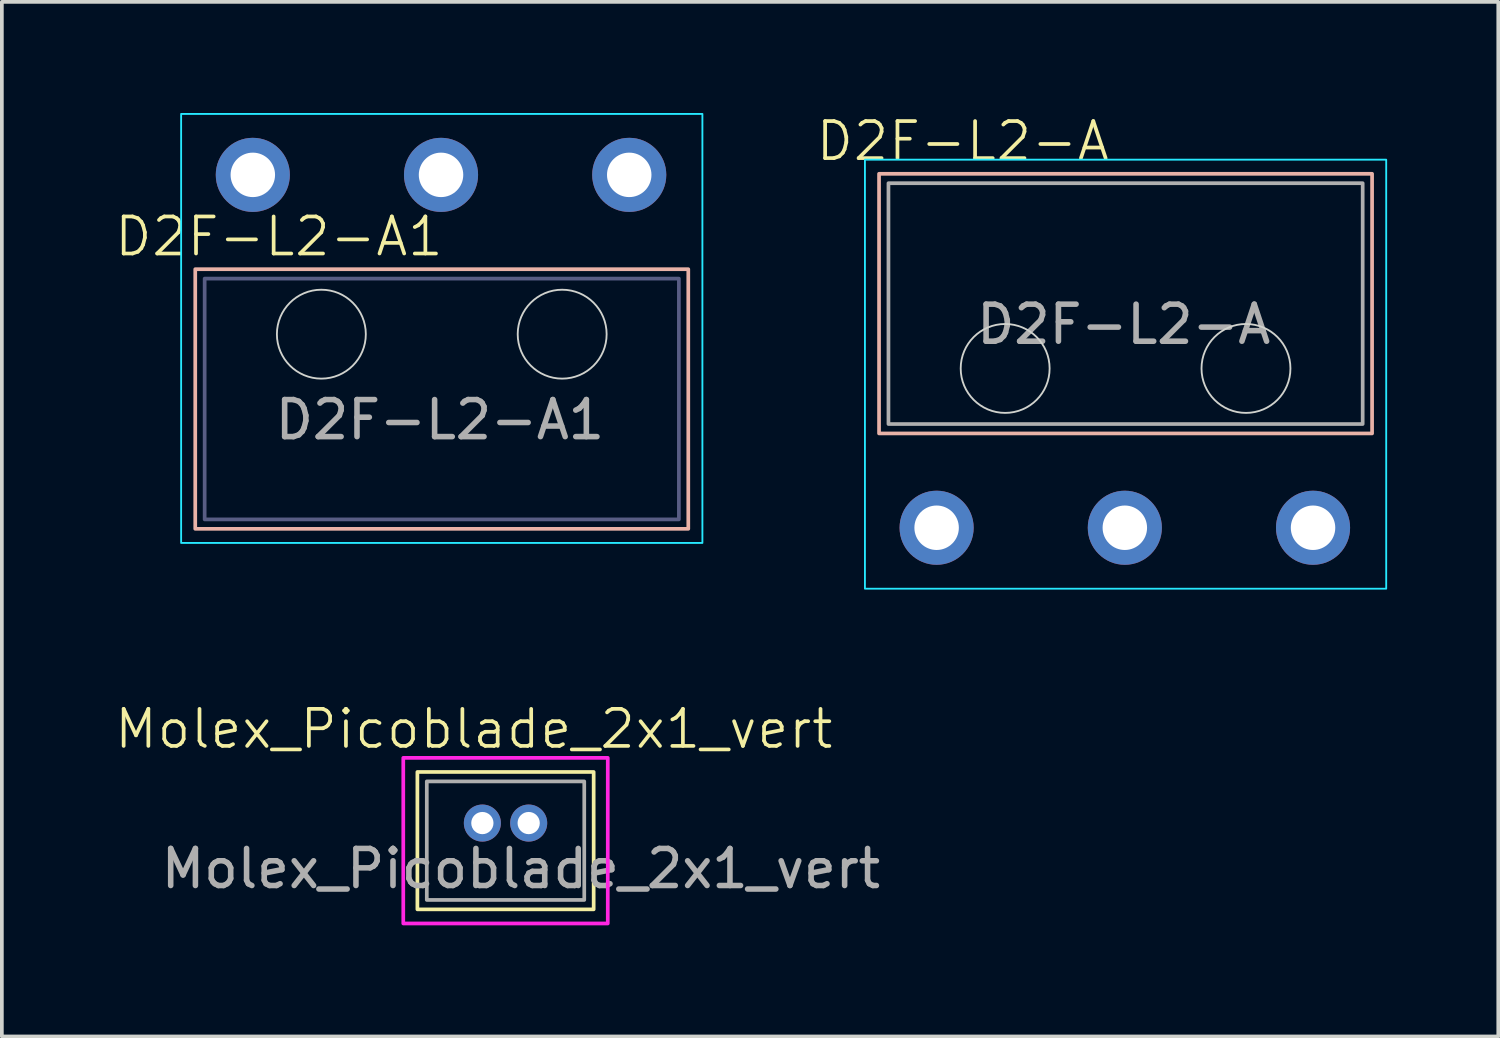
<source format=kicad_pcb>
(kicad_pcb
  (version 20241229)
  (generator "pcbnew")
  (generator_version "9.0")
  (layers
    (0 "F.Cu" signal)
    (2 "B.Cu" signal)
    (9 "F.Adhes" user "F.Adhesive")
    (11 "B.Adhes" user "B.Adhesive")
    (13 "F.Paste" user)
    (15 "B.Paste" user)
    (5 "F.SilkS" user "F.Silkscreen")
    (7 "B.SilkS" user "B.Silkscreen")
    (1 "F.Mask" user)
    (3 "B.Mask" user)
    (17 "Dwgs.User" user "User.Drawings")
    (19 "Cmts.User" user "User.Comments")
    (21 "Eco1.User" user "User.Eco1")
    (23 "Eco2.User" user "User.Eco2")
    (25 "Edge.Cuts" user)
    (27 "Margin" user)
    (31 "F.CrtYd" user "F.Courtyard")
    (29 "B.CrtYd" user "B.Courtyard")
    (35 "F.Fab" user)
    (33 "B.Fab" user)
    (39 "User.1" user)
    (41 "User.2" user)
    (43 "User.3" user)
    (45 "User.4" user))
  (footprint "D2F-L2-A1"
    (layer "F.Cu")
    (at 1.939 3.835)
    (property "Reference" "D2F-L2-A1" (at 2.54 -0.5 0) (unlocked yes) (layer "F.SilkS") (effects (font (size 1 1) (thickness 0.1))))
    (attr through_hole)
    (fp_rect (start 0.281 0.381) (end 13.589 7.389) (stroke (width 0.1) (type default)) (fill no) (layer "B.SilkS"))
    (fp_circle (center 3.685 2.135) (end 4.885 2.135) (stroke (width 0.05) (type default)) (fill no) (layer "Edge.Cuts"))
    (fp_circle (center 10.185 2.135) (end 11.385 2.135) (stroke (width 0.05) (type default)) (fill no) (layer "Edge.Cuts"))
    (fp_rect (start -0.1 -3.81) (end 13.97 7.77) (stroke (width 0.05) (type default)) (fill no) (layer "B.CrtYd"))
    (fp_rect (start 0.535 0.635) (end 13.335 7.135) (stroke (width 0.1) (type default)) (fill no) (layer "B.Fab"))
    (fp_text user "${REFERENCE}" (at 6.885 4.445 0) (unlocked yes) (layer "F.Fab") (effects (font (size 1 1) (thickness 0.15))))
    (pad "1" thru_hole circle (at 1.835 -2.165) (size 2 2) (drill 1.2) (layers "*.Cu" "*.Mask"))
    (pad "2" thru_hole circle (at 6.915 -2.165) (size 2 2) (drill 1.2) (layers "*.Cu" "*.Mask"))
    (pad "3" thru_hole circle (at 11.995 -2.165) (size 2 2) (drill 1.2) (layers "*.Cu" "*.Mask")))
  (footprint "Molex_Picoblade_2x1_vert"
    (layer "F.Cu")
    (at 8.47 17.896)
    (property "Reference" "Molex_Picoblade_2x1_vert" (at 1.27 -1.27 0) (unlocked yes) (layer "F.SilkS") (effects (font (size 1 1) (thickness 0.1))))
    (attr through_hole)
    (fp_rect (start -0.254 -0.109) (end 4.504 3.599) (stroke (width 0.1) (type default)) (fill no) (layer "F.SilkS"))
    (fp_rect (start -0.635 -0.49) (end 4.885 3.98) (stroke (width 0.1) (type default)) (fill no) (layer "F.CrtYd"))
    (fp_rect (start 0 0.145) (end 4.25 3.345) (stroke (width 0.1) (type default)) (fill no) (layer "F.Fab"))
    (fp_text user "${REFERENCE}" (at 2.54 2.5 0) (unlocked yes) (layer "F.Fab") (effects (font (size 1 1) (thickness 0.15))))
    (pad "1" thru_hole circle (at 1.5 1.27) (size 1 1) (drill 0.6) (layers "*.Cu" "*.Mask"))
    (pad "2" thru_hole circle (at 2.75 1.27) (size 1 1) (drill 0.6) (layers "*.Cu" "*.Mask")))
  (footprint "D2F-L2-A"
    (layer "F.Cu")
    (at 20.396 1.26)
    (property "Reference" "D2F-L2-A" (at 2.54 -0.5 0) (unlocked yes) (layer "F.SilkS") (effects (font (size 1 1) (thickness 0.1))))
    (attr through_hole)
    (fp_rect (start 0.281 0.381) (end 13.589 7.389) (stroke (width 0.1) (type default)) (fill no) (layer "B.SilkS"))
    (fp_circle (center 3.685 5.635) (end 4.885 5.635) (stroke (width 0.05) (type default)) (fill no) (layer "Edge.Cuts"))
    (fp_circle (center 10.185 5.635) (end 11.385 5.635) (stroke (width 0.05) (type default)) (fill no) (layer "Edge.Cuts"))
    (fp_rect (start -0.1 0) (end 13.97 11.58) (stroke (width 0.05) (type default)) (fill no) (layer "B.CrtYd"))
    (fp_rect (start 0.535 0.635) (end 13.335 7.135) (stroke (width 0.1) (type default)) (fill no) (layer "F.Fab"))
    (fp_text user "${REFERENCE}" (at 6.885 4.445 0) (unlocked yes) (layer "F.Fab") (effects (font (size 1 1) (thickness 0.15))))
    (pad "1" thru_hole circle (at 1.835 9.935) (size 2 2) (drill 1.2) (layers "*.Cu" "*.Mask"))
    (pad "2" thru_hole circle (at 6.915 9.935) (size 2 2) (drill 1.2) (layers "*.Cu" "*.Mask"))
    (pad "3" thru_hole circle (at 11.995 9.935) (size 2 2) (drill 1.2) (layers "*.Cu" "*.Mask")))
  (gr_rect
    (start -3 -3)
    (end 37.391 24.926)
    (stroke (width 0.1) (type default))
    (fill no)
    (layer "Edge.Cuts")))
</source>
